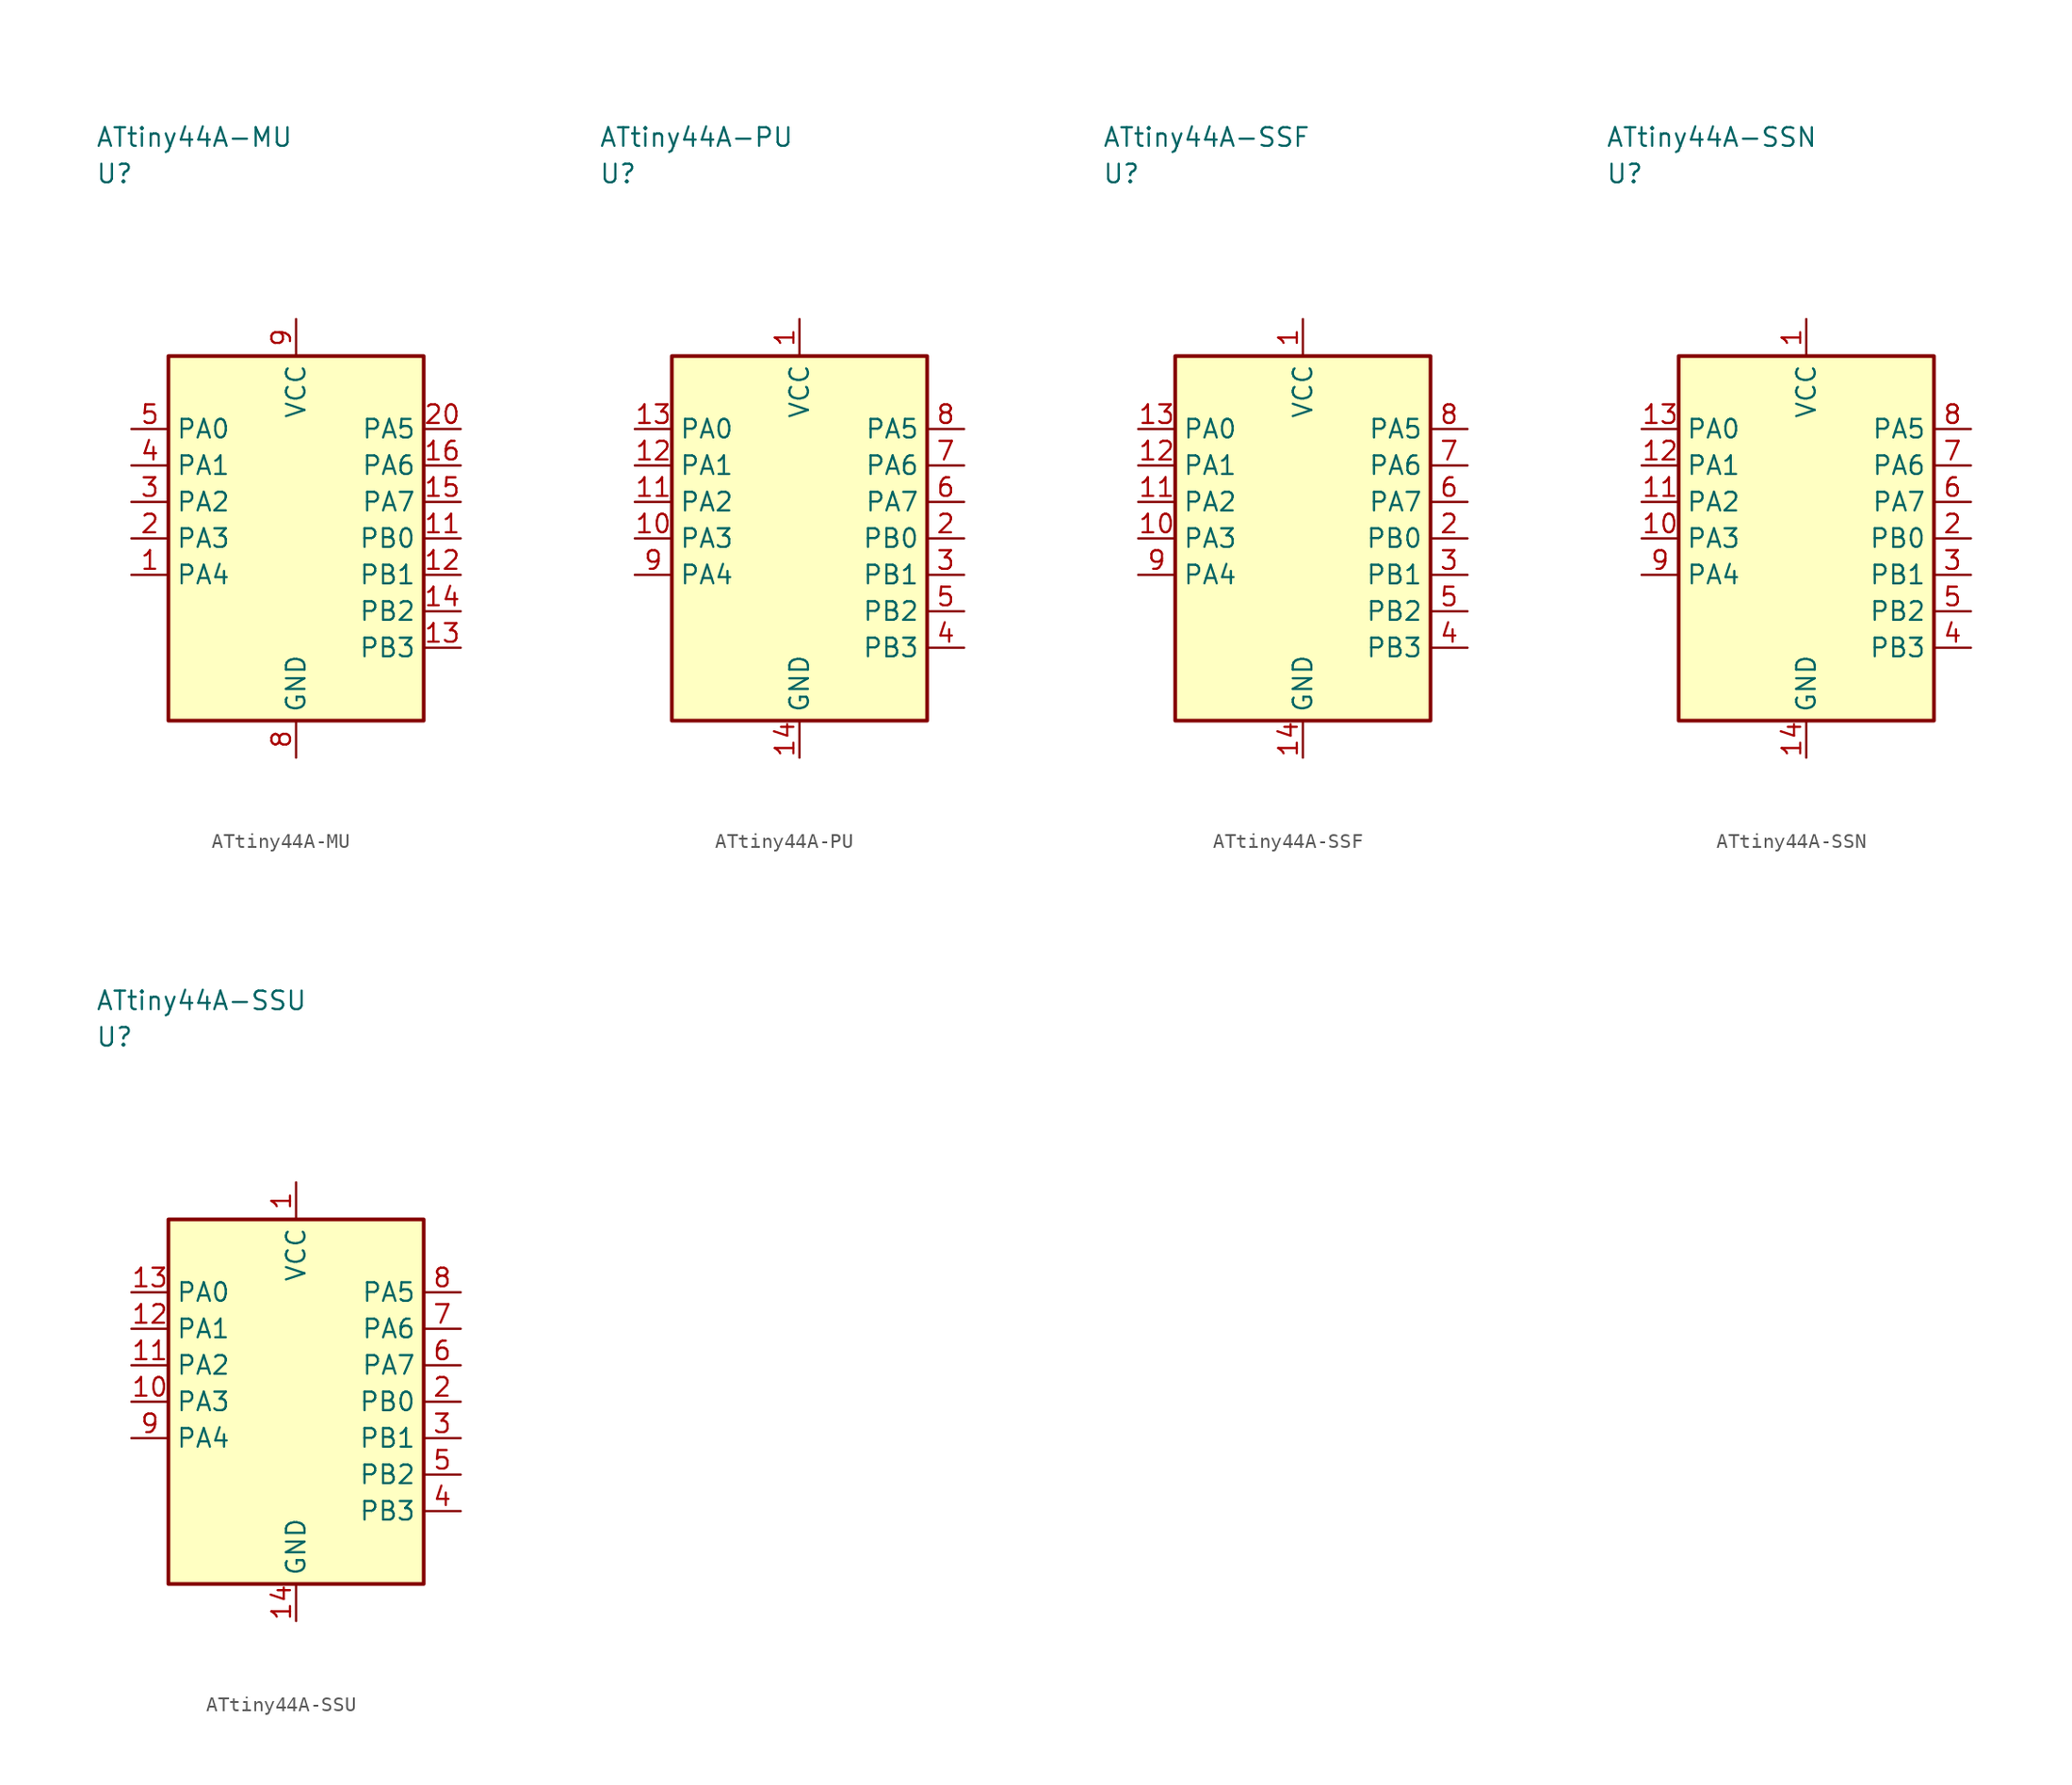
<source format=kicad_sym>
(kicad_symbol_lib
  (version 20241025)
  (generator "kicad_symbol_editor")
  (generator_version "8.0")
  (symbol "ATtiny44A-MU"
    (property "Reference" "U"
      (at -13.75 25.0 0)
      (effects (font (size 1.27 1.27)) (justify left)))
    (property "Value" "ATtiny44A-MU"
      (at -13.75 27.5 0)
      (effects (font (size 1.27 1.27)) (justify left)))
    (symbol "ATtiny44A-MU_0_1"
      (rectangle (start -8.75 12.5) (end 8.75 -12.5) (stroke (width 0.254) (type default)) (fill (type background))))
    (symbol "ATtiny44A-MU_1_1"
      (pin bidirectional line (at -11.29 -2.5 0.0) (length 2.54) (name "PA4" (effects (font (size 1.27 1.27)))) (number "1" (effects (font (size 1.27 1.27)))))
      (pin bidirectional line (at -11.29 0.0 0.0) (length 2.54) (name "PA3" (effects (font (size 1.27 1.27)))) (number "2" (effects (font (size 1.27 1.27)))))
      (pin bidirectional line (at -11.29 2.5 0.0) (length 2.54) (name "PA2" (effects (font (size 1.27 1.27)))) (number "3" (effects (font (size 1.27 1.27)))))
      (pin bidirectional line (at -11.29 5.0 0.0) (length 2.54) (name "PA1" (effects (font (size 1.27 1.27)))) (number "4" (effects (font (size 1.27 1.27)))))
      (pin bidirectional line (at -11.29 7.5 0.0) (length 2.54) (name "PA0" (effects (font (size 1.27 1.27)))) (number "5" (effects (font (size 1.27 1.27)))))
      (pin passive line (at 0.0 -15.04 90.0) (length 2.54) (name "GND" (effects (font (size 1.27 1.27)))) (number "8" (effects (font (size 1.27 1.27)))))
      (pin power_in line (at 0.0 15.04 270.0) (length 2.54) (name "VCC" (effects (font (size 1.27 1.27)))) (number "9" (effects (font (size 1.27 1.27)))))
      (pin bidirectional line (at 11.29 0.0 180.0) (length 2.54) (name "PB0" (effects (font (size 1.27 1.27)))) (number "11" (effects (font (size 1.27 1.27)))))
      (pin bidirectional line (at 11.29 -2.5 180.0) (length 2.54) (name "PB1" (effects (font (size 1.27 1.27)))) (number "12" (effects (font (size 1.27 1.27)))))
      (pin bidirectional line (at 11.29 -7.5 180.0) (length 2.54) (name "PB3" (effects (font (size 1.27 1.27)))) (number "13" (effects (font (size 1.27 1.27)))))
      (pin bidirectional line (at 11.29 -5.0 180.0) (length 2.54) (name "PB2" (effects (font (size 1.27 1.27)))) (number "14" (effects (font (size 1.27 1.27)))))
      (pin bidirectional line (at 11.29 2.5 180.0) (length 2.54) (name "PA7" (effects (font (size 1.27 1.27)))) (number "15" (effects (font (size 1.27 1.27)))))
      (pin bidirectional line (at 11.29 5.0 180.0) (length 2.54) (name "PA6" (effects (font (size 1.27 1.27)))) (number "16" (effects (font (size 1.27 1.27)))))
      (pin bidirectional line (at 11.29 7.5 180.0) (length 2.54) (name "PA5" (effects (font (size 1.27 1.27)))) (number "20" (effects (font (size 1.27 1.27)))))))
  (symbol "ATtiny44A-PU"
    (property "Reference" "U"
      (at -13.75 25.0 0)
      (effects (font (size 1.27 1.27)) (justify left)))
    (property "Value" "ATtiny44A-PU"
      (at -13.75 27.5 0)
      (effects (font (size 1.27 1.27)) (justify left)))
    (symbol "ATtiny44A-PU_0_1"
      (rectangle (start -8.75 12.5) (end 8.75 -12.5) (stroke (width 0.254) (type default)) (fill (type background))))
    (symbol "ATtiny44A-PU_1_1"
      (pin power_in line (at 0.0 15.04 270.0) (length 2.54) (name "VCC" (effects (font (size 1.27 1.27)))) (number "1" (effects (font (size 1.27 1.27)))))
      (pin bidirectional line (at 11.29 0.0 180.0) (length 2.54) (name "PB0" (effects (font (size 1.27 1.27)))) (number "2" (effects (font (size 1.27 1.27)))))
      (pin bidirectional line (at 11.29 -2.5 180.0) (length 2.54) (name "PB1" (effects (font (size 1.27 1.27)))) (number "3" (effects (font (size 1.27 1.27)))))
      (pin bidirectional line (at 11.29 -7.5 180.0) (length 2.54) (name "PB3" (effects (font (size 1.27 1.27)))) (number "4" (effects (font (size 1.27 1.27)))))
      (pin bidirectional line (at 11.29 -5.0 180.0) (length 2.54) (name "PB2" (effects (font (size 1.27 1.27)))) (number "5" (effects (font (size 1.27 1.27)))))
      (pin bidirectional line (at 11.29 2.5 180.0) (length 2.54) (name "PA7" (effects (font (size 1.27 1.27)))) (number "6" (effects (font (size 1.27 1.27)))))
      (pin bidirectional line (at 11.29 5.0 180.0) (length 2.54) (name "PA6" (effects (font (size 1.27 1.27)))) (number "7" (effects (font (size 1.27 1.27)))))
      (pin bidirectional line (at 11.29 7.5 180.0) (length 2.54) (name "PA5" (effects (font (size 1.27 1.27)))) (number "8" (effects (font (size 1.27 1.27)))))
      (pin bidirectional line (at -11.29 -2.5 0.0) (length 2.54) (name "PA4" (effects (font (size 1.27 1.27)))) (number "9" (effects (font (size 1.27 1.27)))))
      (pin bidirectional line (at -11.29 0.0 0.0) (length 2.54) (name "PA3" (effects (font (size 1.27 1.27)))) (number "10" (effects (font (size 1.27 1.27)))))
      (pin bidirectional line (at -11.29 2.5 0.0) (length 2.54) (name "PA2" (effects (font (size 1.27 1.27)))) (number "11" (effects (font (size 1.27 1.27)))))
      (pin bidirectional line (at -11.29 5.0 0.0) (length 2.54) (name "PA1" (effects (font (size 1.27 1.27)))) (number "12" (effects (font (size 1.27 1.27)))))
      (pin bidirectional line (at -11.29 7.5 0.0) (length 2.54) (name "PA0" (effects (font (size 1.27 1.27)))) (number "13" (effects (font (size 1.27 1.27)))))
      (pin passive line (at 0.0 -15.04 90.0) (length 2.54) (name "GND" (effects (font (size 1.27 1.27)))) (number "14" (effects (font (size 1.27 1.27)))))))
  (symbol "ATtiny44A-SSF"
    (property "Reference" "U"
      (at -13.75 25.0 0)
      (effects (font (size 1.27 1.27)) (justify left)))
    (property "Value" "ATtiny44A-SSF"
      (at -13.75 27.5 0)
      (effects (font (size 1.27 1.27)) (justify left)))
    (symbol "ATtiny44A-SSF_0_1"
      (rectangle (start -8.75 12.5) (end 8.75 -12.5) (stroke (width 0.254) (type default)) (fill (type background))))
    (symbol "ATtiny44A-SSF_1_1"
      (pin power_in line (at 0.0 15.04 270.0) (length 2.54) (name "VCC" (effects (font (size 1.27 1.27)))) (number "1" (effects (font (size 1.27 1.27)))))
      (pin bidirectional line (at 11.29 0.0 180.0) (length 2.54) (name "PB0" (effects (font (size 1.27 1.27)))) (number "2" (effects (font (size 1.27 1.27)))))
      (pin bidirectional line (at 11.29 -2.5 180.0) (length 2.54) (name "PB1" (effects (font (size 1.27 1.27)))) (number "3" (effects (font (size 1.27 1.27)))))
      (pin bidirectional line (at 11.29 -7.5 180.0) (length 2.54) (name "PB3" (effects (font (size 1.27 1.27)))) (number "4" (effects (font (size 1.27 1.27)))))
      (pin bidirectional line (at 11.29 -5.0 180.0) (length 2.54) (name "PB2" (effects (font (size 1.27 1.27)))) (number "5" (effects (font (size 1.27 1.27)))))
      (pin bidirectional line (at 11.29 2.5 180.0) (length 2.54) (name "PA7" (effects (font (size 1.27 1.27)))) (number "6" (effects (font (size 1.27 1.27)))))
      (pin bidirectional line (at 11.29 5.0 180.0) (length 2.54) (name "PA6" (effects (font (size 1.27 1.27)))) (number "7" (effects (font (size 1.27 1.27)))))
      (pin bidirectional line (at 11.29 7.5 180.0) (length 2.54) (name "PA5" (effects (font (size 1.27 1.27)))) (number "8" (effects (font (size 1.27 1.27)))))
      (pin bidirectional line (at -11.29 -2.5 0.0) (length 2.54) (name "PA4" (effects (font (size 1.27 1.27)))) (number "9" (effects (font (size 1.27 1.27)))))
      (pin bidirectional line (at -11.29 0.0 0.0) (length 2.54) (name "PA3" (effects (font (size 1.27 1.27)))) (number "10" (effects (font (size 1.27 1.27)))))
      (pin bidirectional line (at -11.29 2.5 0.0) (length 2.54) (name "PA2" (effects (font (size 1.27 1.27)))) (number "11" (effects (font (size 1.27 1.27)))))
      (pin bidirectional line (at -11.29 5.0 0.0) (length 2.54) (name "PA1" (effects (font (size 1.27 1.27)))) (number "12" (effects (font (size 1.27 1.27)))))
      (pin bidirectional line (at -11.29 7.5 0.0) (length 2.54) (name "PA0" (effects (font (size 1.27 1.27)))) (number "13" (effects (font (size 1.27 1.27)))))
      (pin passive line (at 0.0 -15.04 90.0) (length 2.54) (name "GND" (effects (font (size 1.27 1.27)))) (number "14" (effects (font (size 1.27 1.27)))))))
  (symbol "ATtiny44A-SSN"
    (property "Reference" "U"
      (at -13.75 25.0 0)
      (effects (font (size 1.27 1.27)) (justify left)))
    (property "Value" "ATtiny44A-SSN"
      (at -13.75 27.5 0)
      (effects (font (size 1.27 1.27)) (justify left)))
    (symbol "ATtiny44A-SSN_0_1"
      (rectangle (start -8.75 12.5) (end 8.75 -12.5) (stroke (width 0.254) (type default)) (fill (type background))))
    (symbol "ATtiny44A-SSN_1_1"
      (pin power_in line (at 0.0 15.04 270.0) (length 2.54) (name "VCC" (effects (font (size 1.27 1.27)))) (number "1" (effects (font (size 1.27 1.27)))))
      (pin bidirectional line (at 11.29 0.0 180.0) (length 2.54) (name "PB0" (effects (font (size 1.27 1.27)))) (number "2" (effects (font (size 1.27 1.27)))))
      (pin bidirectional line (at 11.29 -2.5 180.0) (length 2.54) (name "PB1" (effects (font (size 1.27 1.27)))) (number "3" (effects (font (size 1.27 1.27)))))
      (pin bidirectional line (at 11.29 -7.5 180.0) (length 2.54) (name "PB3" (effects (font (size 1.27 1.27)))) (number "4" (effects (font (size 1.27 1.27)))))
      (pin bidirectional line (at 11.29 -5.0 180.0) (length 2.54) (name "PB2" (effects (font (size 1.27 1.27)))) (number "5" (effects (font (size 1.27 1.27)))))
      (pin bidirectional line (at 11.29 2.5 180.0) (length 2.54) (name "PA7" (effects (font (size 1.27 1.27)))) (number "6" (effects (font (size 1.27 1.27)))))
      (pin bidirectional line (at 11.29 5.0 180.0) (length 2.54) (name "PA6" (effects (font (size 1.27 1.27)))) (number "7" (effects (font (size 1.27 1.27)))))
      (pin bidirectional line (at 11.29 7.5 180.0) (length 2.54) (name "PA5" (effects (font (size 1.27 1.27)))) (number "8" (effects (font (size 1.27 1.27)))))
      (pin bidirectional line (at -11.29 -2.5 0.0) (length 2.54) (name "PA4" (effects (font (size 1.27 1.27)))) (number "9" (effects (font (size 1.27 1.27)))))
      (pin bidirectional line (at -11.29 0.0 0.0) (length 2.54) (name "PA3" (effects (font (size 1.27 1.27)))) (number "10" (effects (font (size 1.27 1.27)))))
      (pin bidirectional line (at -11.29 2.5 0.0) (length 2.54) (name "PA2" (effects (font (size 1.27 1.27)))) (number "11" (effects (font (size 1.27 1.27)))))
      (pin bidirectional line (at -11.29 5.0 0.0) (length 2.54) (name "PA1" (effects (font (size 1.27 1.27)))) (number "12" (effects (font (size 1.27 1.27)))))
      (pin bidirectional line (at -11.29 7.5 0.0) (length 2.54) (name "PA0" (effects (font (size 1.27 1.27)))) (number "13" (effects (font (size 1.27 1.27)))))
      (pin passive line (at 0.0 -15.04 90.0) (length 2.54) (name "GND" (effects (font (size 1.27 1.27)))) (number "14" (effects (font (size 1.27 1.27)))))))
  (symbol "ATtiny44A-SSU"
    (property "Reference" "U"
      (at -13.75 25.0 0)
      (effects (font (size 1.27 1.27)) (justify left)))
    (property "Value" "ATtiny44A-SSU"
      (at -13.75 27.5 0)
      (effects (font (size 1.27 1.27)) (justify left)))
    (symbol "ATtiny44A-SSU_0_1"
      (rectangle (start -8.75 12.5) (end 8.75 -12.5) (stroke (width 0.254) (type default)) (fill (type background))))
    (symbol "ATtiny44A-SSU_1_1"
      (pin power_in line (at 0.0 15.04 270.0) (length 2.54) (name "VCC" (effects (font (size 1.27 1.27)))) (number "1" (effects (font (size 1.27 1.27)))))
      (pin bidirectional line (at 11.29 0.0 180.0) (length 2.54) (name "PB0" (effects (font (size 1.27 1.27)))) (number "2" (effects (font (size 1.27 1.27)))))
      (pin bidirectional line (at 11.29 -2.5 180.0) (length 2.54) (name "PB1" (effects (font (size 1.27 1.27)))) (number "3" (effects (font (size 1.27 1.27)))))
      (pin bidirectional line (at 11.29 -7.5 180.0) (length 2.54) (name "PB3" (effects (font (size 1.27 1.27)))) (number "4" (effects (font (size 1.27 1.27)))))
      (pin bidirectional line (at 11.29 -5.0 180.0) (length 2.54) (name "PB2" (effects (font (size 1.27 1.27)))) (number "5" (effects (font (size 1.27 1.27)))))
      (pin bidirectional line (at 11.29 2.5 180.0) (length 2.54) (name "PA7" (effects (font (size 1.27 1.27)))) (number "6" (effects (font (size 1.27 1.27)))))
      (pin bidirectional line (at 11.29 5.0 180.0) (length 2.54) (name "PA6" (effects (font (size 1.27 1.27)))) (number "7" (effects (font (size 1.27 1.27)))))
      (pin bidirectional line (at 11.29 7.5 180.0) (length 2.54) (name "PA5" (effects (font (size 1.27 1.27)))) (number "8" (effects (font (size 1.27 1.27)))))
      (pin bidirectional line (at -11.29 -2.5 0.0) (length 2.54) (name "PA4" (effects (font (size 1.27 1.27)))) (number "9" (effects (font (size 1.27 1.27)))))
      (pin bidirectional line (at -11.29 0.0 0.0) (length 2.54) (name "PA3" (effects (font (size 1.27 1.27)))) (number "10" (effects (font (size 1.27 1.27)))))
      (pin bidirectional line (at -11.29 2.5 0.0) (length 2.54) (name "PA2" (effects (font (size 1.27 1.27)))) (number "11" (effects (font (size 1.27 1.27)))))
      (pin bidirectional line (at -11.29 5.0 0.0) (length 2.54) (name "PA1" (effects (font (size 1.27 1.27)))) (number "12" (effects (font (size 1.27 1.27)))))
      (pin bidirectional line (at -11.29 7.5 0.0) (length 2.54) (name "PA0" (effects (font (size 1.27 1.27)))) (number "13" (effects (font (size 1.27 1.27)))))
      (pin passive line (at 0.0 -15.04 90.0) (length 2.54) (name "GND" (effects (font (size 1.27 1.27)))) (number "14" (effects (font (size 1.27 1.27))))))))
</source>
